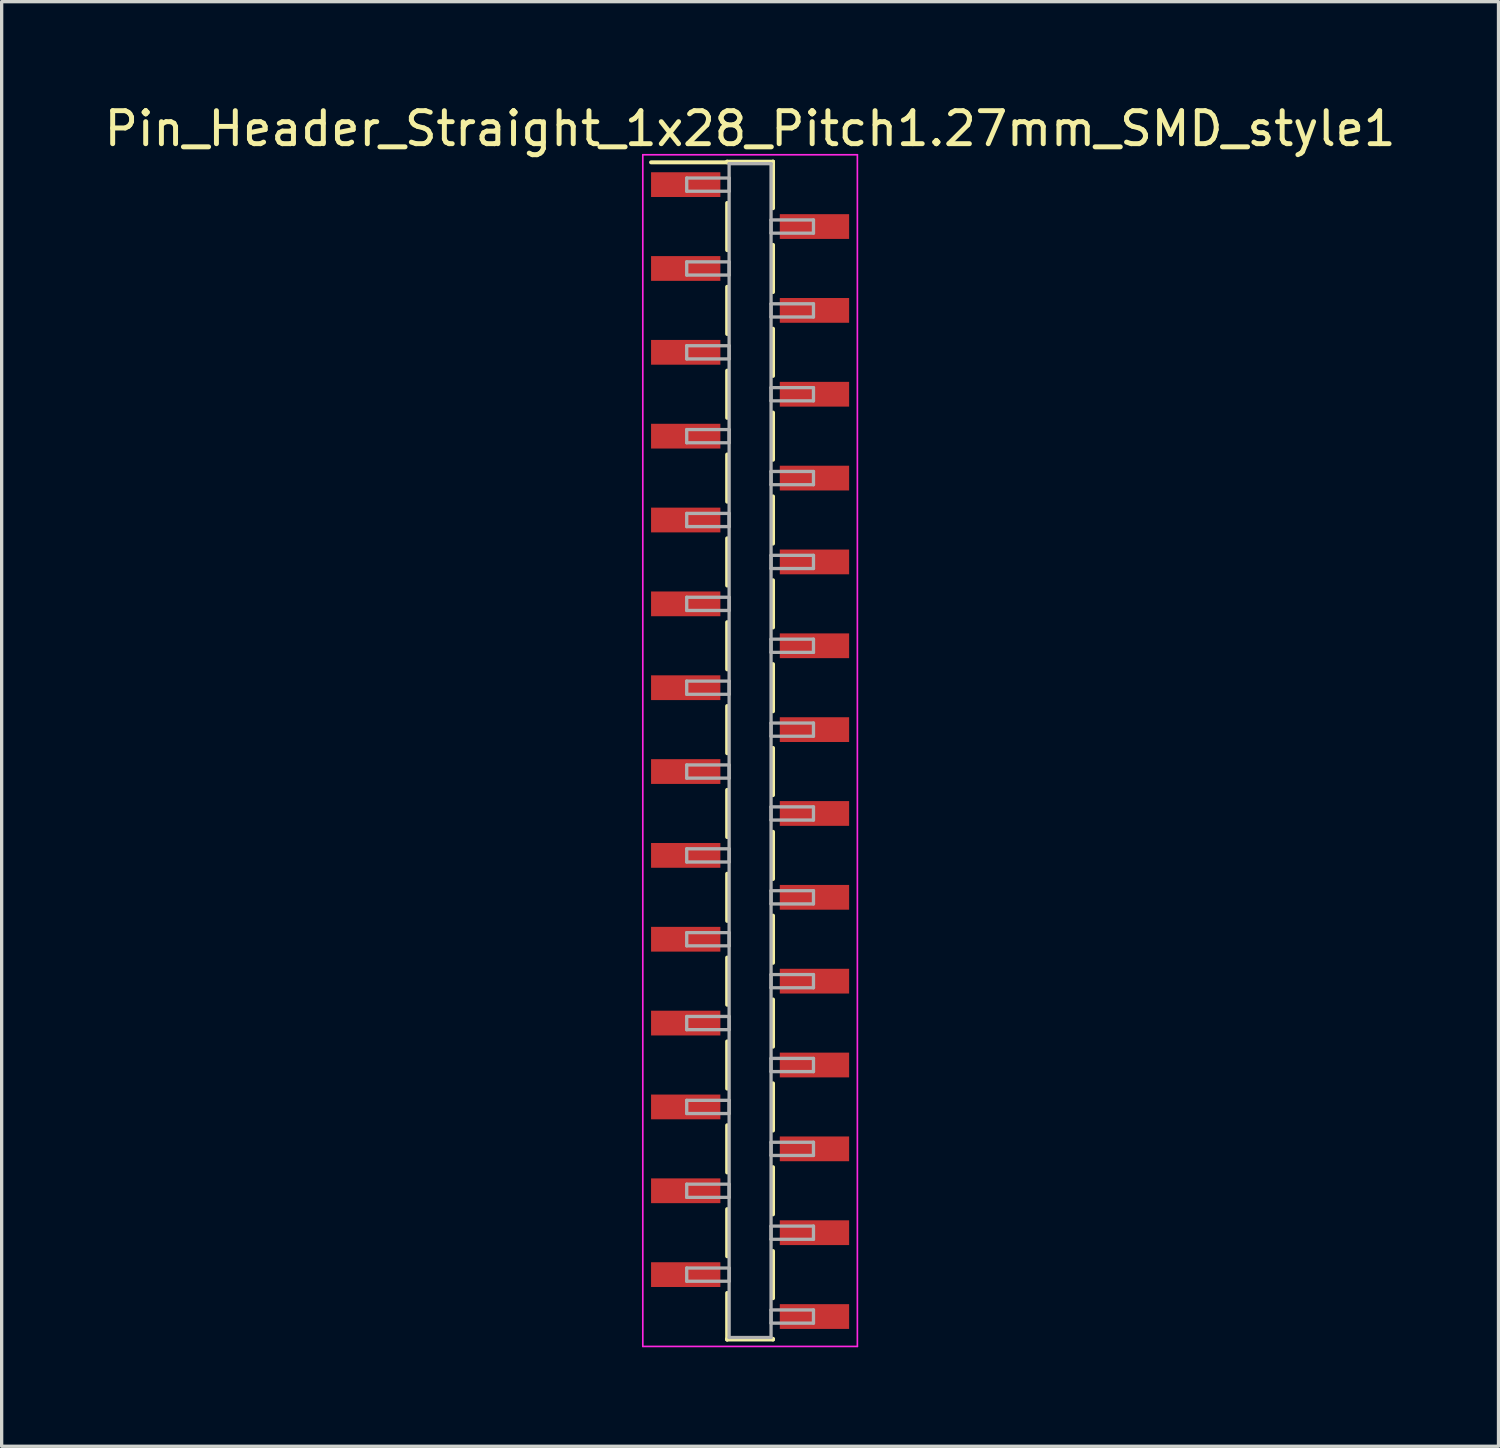
<source format=kicad_pcb>
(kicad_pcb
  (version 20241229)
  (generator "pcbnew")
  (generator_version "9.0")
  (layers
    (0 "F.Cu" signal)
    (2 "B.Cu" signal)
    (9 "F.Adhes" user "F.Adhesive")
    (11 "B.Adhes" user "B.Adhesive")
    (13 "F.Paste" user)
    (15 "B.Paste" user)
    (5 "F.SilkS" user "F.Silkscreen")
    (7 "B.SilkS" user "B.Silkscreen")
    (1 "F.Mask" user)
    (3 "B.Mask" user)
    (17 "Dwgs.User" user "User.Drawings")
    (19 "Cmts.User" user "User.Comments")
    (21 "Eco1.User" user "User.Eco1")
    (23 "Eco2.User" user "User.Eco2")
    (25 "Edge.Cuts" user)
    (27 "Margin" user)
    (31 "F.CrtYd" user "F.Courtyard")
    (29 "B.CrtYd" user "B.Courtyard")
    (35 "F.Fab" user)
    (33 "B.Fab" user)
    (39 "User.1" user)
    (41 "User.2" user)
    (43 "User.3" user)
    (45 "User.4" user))
  (footprint "Pin_Header_Straight_1x28_Pitch1.27mm_SMD_style1"
    (layer "F.Cu")
    (at 19.673 19.688)
    (property "Reference" "Pin_Header_Straight_1x28_Pitch1.27mm_SMD_style1" (at 0 -18.84 0) (layer "F.SilkS") (effects (font (size 1 1) (thickness 0.15))))
    (attr smd)
    (fp_line (start -0.695 -17.84) (end 0.695 -17.84) (stroke (width 0.12) (type solid)) (layer "F.SilkS"))
    (fp_line (start -0.695 -17.82) (end -3 -17.82) (stroke (width 0.12) (type solid)) (layer "F.SilkS"))
    (fp_line (start -0.695 -17.82) (end -0.695 -17.84) (stroke (width 0.12) (type solid)) (layer "F.SilkS"))
    (fp_line (start -0.695 -16.59) (end -0.695 -15.16) (stroke (width 0.12) (type solid)) (layer "F.SilkS"))
    (fp_line (start -0.695 -14.05) (end -0.695 -12.62) (stroke (width 0.12) (type solid)) (layer "F.SilkS"))
    (fp_line (start -0.695 -11.51) (end -0.695 -10.08) (stroke (width 0.12) (type solid)) (layer "F.SilkS"))
    (fp_line (start -0.695 -8.97) (end -0.695 -7.54) (stroke (width 0.12) (type solid)) (layer "F.SilkS"))
    (fp_line (start -0.695 -6.43) (end -0.695 -5) (stroke (width 0.12) (type solid)) (layer "F.SilkS"))
    (fp_line (start -0.695 -3.89) (end -0.695 -2.46) (stroke (width 0.12) (type solid)) (layer "F.SilkS"))
    (fp_line (start -0.695 -1.35) (end -0.695 0.08) (stroke (width 0.12) (type solid)) (layer "F.SilkS"))
    (fp_line (start -0.695 1.19) (end -0.695 2.62) (stroke (width 0.12) (type solid)) (layer "F.SilkS"))
    (fp_line (start -0.695 3.73) (end -0.695 5.16) (stroke (width 0.12) (type solid)) (layer "F.SilkS"))
    (fp_line (start -0.695 6.27) (end -0.695 7.7) (stroke (width 0.12) (type solid)) (layer "F.SilkS"))
    (fp_line (start -0.695 8.81) (end -0.695 10.24) (stroke (width 0.12) (type solid)) (layer "F.SilkS"))
    (fp_line (start -0.695 11.35) (end -0.695 12.78) (stroke (width 0.12) (type solid)) (layer "F.SilkS"))
    (fp_line (start -0.695 13.89) (end -0.695 15.32) (stroke (width 0.12) (type solid)) (layer "F.SilkS"))
    (fp_line (start -0.695 16.43) (end -0.695 17.84) (stroke (width 0.12) (type solid)) (layer "F.SilkS"))
    (fp_line (start -0.695 17.82) (end -0.695 17.84) (stroke (width 0.12) (type solid)) (layer "F.SilkS"))
    (fp_line (start -0.695 17.84) (end 0.695 17.84) (stroke (width 0.12) (type solid)) (layer "F.SilkS"))
    (fp_line (start 0.695 -17.84) (end 0.695 -17.82) (stroke (width 0.12) (type solid)) (layer "F.SilkS"))
    (fp_line (start 0.695 -17.84) (end 0.695 -16.43) (stroke (width 0.12) (type solid)) (layer "F.SilkS"))
    (fp_line (start 0.695 -15.32) (end 0.695 -13.89) (stroke (width 0.12) (type solid)) (layer "F.SilkS"))
    (fp_line (start 0.695 -12.78) (end 0.695 -11.35) (stroke (width 0.12) (type solid)) (layer "F.SilkS"))
    (fp_line (start 0.695 -10.24) (end 0.695 -8.81) (stroke (width 0.12) (type solid)) (layer "F.SilkS"))
    (fp_line (start 0.695 -7.7) (end 0.695 -6.27) (stroke (width 0.12) (type solid)) (layer "F.SilkS"))
    (fp_line (start 0.695 -5.16) (end 0.695 -3.73) (stroke (width 0.12) (type solid)) (layer "F.SilkS"))
    (fp_line (start 0.695 -2.62) (end 0.695 -1.19) (stroke (width 0.12) (type solid)) (layer "F.SilkS"))
    (fp_line (start 0.695 -0.08) (end 0.695 1.35) (stroke (width 0.12) (type solid)) (layer "F.SilkS"))
    (fp_line (start 0.695 2.46) (end 0.695 3.89) (stroke (width 0.12) (type solid)) (layer "F.SilkS"))
    (fp_line (start 0.695 5) (end 0.695 6.43) (stroke (width 0.12) (type solid)) (layer "F.SilkS"))
    (fp_line (start 0.695 7.54) (end 0.695 8.97) (stroke (width 0.12) (type solid)) (layer "F.SilkS"))
    (fp_line (start 0.695 10.08) (end 0.695 11.51) (stroke (width 0.12) (type solid)) (layer "F.SilkS"))
    (fp_line (start 0.695 12.62) (end 0.695 14.05) (stroke (width 0.12) (type solid)) (layer "F.SilkS"))
    (fp_line (start 0.695 15.16) (end 0.695 16.59) (stroke (width 0.12) (type solid)) (layer "F.SilkS"))
    (fp_line (start 0.695 17.84) (end 0.695 17.82) (stroke (width 0.12) (type solid)) (layer "F.SilkS"))
    (fp_line (start -3.25 -18.05) (end -3.25 18.05) (stroke (width 0.05) (type solid)) (layer "F.CrtYd"))
    (fp_line (start -3.25 18.05) (end 3.25 18.05) (stroke (width 0.05) (type solid)) (layer "F.CrtYd"))
    (fp_line (start 3.25 -18.05) (end -3.25 -18.05) (stroke (width 0.05) (type solid)) (layer "F.CrtYd"))
    (fp_line (start 3.25 18.05) (end 3.25 -18.05) (stroke (width 0.05) (type solid)) (layer "F.CrtYd"))
    (fp_line (start -1.92 -17.345) (end -0.635 -17.345) (stroke (width 0.1) (type solid)) (layer "F.Fab"))
    (fp_line (start -1.92 -16.945) (end -1.92 -17.345) (stroke (width 0.1) (type solid)) (layer "F.Fab"))
    (fp_line (start -1.92 -14.805) (end -0.635 -14.805) (stroke (width 0.1) (type solid)) (layer "F.Fab"))
    (fp_line (start -1.92 -14.405) (end -1.92 -14.805) (stroke (width 0.1) (type solid)) (layer "F.Fab"))
    (fp_line (start -1.92 -12.265) (end -0.635 -12.265) (stroke (width 0.1) (type solid)) (layer "F.Fab"))
    (fp_line (start -1.92 -11.865) (end -1.92 -12.265) (stroke (width 0.1) (type solid)) (layer "F.Fab"))
    (fp_line (start -1.92 -9.725) (end -0.635 -9.725) (stroke (width 0.1) (type solid)) (layer "F.Fab"))
    (fp_line (start -1.92 -9.325) (end -1.92 -9.725) (stroke (width 0.1) (type solid)) (layer "F.Fab"))
    (fp_line (start -1.92 -7.185) (end -0.635 -7.185) (stroke (width 0.1) (type solid)) (layer "F.Fab"))
    (fp_line (start -1.92 -6.785) (end -1.92 -7.185) (stroke (width 0.1) (type solid)) (layer "F.Fab"))
    (fp_line (start -1.92 -4.645) (end -0.635 -4.645) (stroke (width 0.1) (type solid)) (layer "F.Fab"))
    (fp_line (start -1.92 -4.245) (end -1.92 -4.645) (stroke (width 0.1) (type solid)) (layer "F.Fab"))
    (fp_line (start -1.92 -2.105) (end -0.635 -2.105) (stroke (width 0.1) (type solid)) (layer "F.Fab"))
    (fp_line (start -1.92 -1.705) (end -1.92 -2.105) (stroke (width 0.1) (type solid)) (layer "F.Fab"))
    (fp_line (start -1.92 0.435) (end -0.635 0.435) (stroke (width 0.1) (type solid)) (layer "F.Fab"))
    (fp_line (start -1.92 0.835) (end -1.92 0.435) (stroke (width 0.1) (type solid)) (layer "F.Fab"))
    (fp_line (start -1.92 2.975) (end -0.635 2.975) (stroke (width 0.1) (type solid)) (layer "F.Fab"))
    (fp_line (start -1.92 3.375) (end -1.92 2.975) (stroke (width 0.1) (type solid)) (layer "F.Fab"))
    (fp_line (start -1.92 5.515) (end -0.635 5.515) (stroke (width 0.1) (type solid)) (layer "F.Fab"))
    (fp_line (start -1.92 5.915) (end -1.92 5.515) (stroke (width 0.1) (type solid)) (layer "F.Fab"))
    (fp_line (start -1.92 8.055) (end -0.635 8.055) (stroke (width 0.1) (type solid)) (layer "F.Fab"))
    (fp_line (start -1.92 8.455) (end -1.92 8.055) (stroke (width 0.1) (type solid)) (layer "F.Fab"))
    (fp_line (start -1.92 10.595) (end -0.635 10.595) (stroke (width 0.1) (type solid)) (layer "F.Fab"))
    (fp_line (start -1.92 10.995) (end -1.92 10.595) (stroke (width 0.1) (type solid)) (layer "F.Fab"))
    (fp_line (start -1.92 13.135) (end -0.635 13.135) (stroke (width 0.1) (type solid)) (layer "F.Fab"))
    (fp_line (start -1.92 13.535) (end -1.92 13.135) (stroke (width 0.1) (type solid)) (layer "F.Fab"))
    (fp_line (start -1.92 15.675) (end -0.635 15.675) (stroke (width 0.1) (type solid)) (layer "F.Fab"))
    (fp_line (start -1.92 16.075) (end -1.92 15.675) (stroke (width 0.1) (type solid)) (layer "F.Fab"))
    (fp_line (start -0.635 -17.78) (end -0.635 17.78) (stroke (width 0.1) (type solid)) (layer "F.Fab"))
    (fp_line (start -0.635 -17.345) (end -0.635 -16.945) (stroke (width 0.1) (type solid)) (layer "F.Fab"))
    (fp_line (start -0.635 -16.945) (end -1.92 -16.945) (stroke (width 0.1) (type solid)) (layer "F.Fab"))
    (fp_line (start -0.635 -14.805) (end -0.635 -14.405) (stroke (width 0.1) (type solid)) (layer "F.Fab"))
    (fp_line (start -0.635 -14.405) (end -1.92 -14.405) (stroke (width 0.1) (type solid)) (layer "F.Fab"))
    (fp_line (start -0.635 -12.265) (end -0.635 -11.865) (stroke (width 0.1) (type solid)) (layer "F.Fab"))
    (fp_line (start -0.635 -11.865) (end -1.92 -11.865) (stroke (width 0.1) (type solid)) (layer "F.Fab"))
    (fp_line (start -0.635 -9.725) (end -0.635 -9.325) (stroke (width 0.1) (type solid)) (layer "F.Fab"))
    (fp_line (start -0.635 -9.325) (end -1.92 -9.325) (stroke (width 0.1) (type solid)) (layer "F.Fab"))
    (fp_line (start -0.635 -7.185) (end -0.635 -6.785) (stroke (width 0.1) (type solid)) (layer "F.Fab"))
    (fp_line (start -0.635 -6.785) (end -1.92 -6.785) (stroke (width 0.1) (type solid)) (layer "F.Fab"))
    (fp_line (start -0.635 -4.645) (end -0.635 -4.245) (stroke (width 0.1) (type solid)) (layer "F.Fab"))
    (fp_line (start -0.635 -4.245) (end -1.92 -4.245) (stroke (width 0.1) (type solid)) (layer "F.Fab"))
    (fp_line (start -0.635 -2.105) (end -0.635 -1.705) (stroke (width 0.1) (type solid)) (layer "F.Fab"))
    (fp_line (start -0.635 -1.705) (end -1.92 -1.705) (stroke (width 0.1) (type solid)) (layer "F.Fab"))
    (fp_line (start -0.635 0.435) (end -0.635 0.835) (stroke (width 0.1) (type solid)) (layer "F.Fab"))
    (fp_line (start -0.635 0.835) (end -1.92 0.835) (stroke (width 0.1) (type solid)) (layer "F.Fab"))
    (fp_line (start -0.635 2.975) (end -0.635 3.375) (stroke (width 0.1) (type solid)) (layer "F.Fab"))
    (fp_line (start -0.635 3.375) (end -1.92 3.375) (stroke (width 0.1) (type solid)) (layer "F.Fab"))
    (fp_line (start -0.635 5.515) (end -0.635 5.915) (stroke (width 0.1) (type solid)) (layer "F.Fab"))
    (fp_line (start -0.635 5.915) (end -1.92 5.915) (stroke (width 0.1) (type solid)) (layer "F.Fab"))
    (fp_line (start -0.635 8.055) (end -0.635 8.455) (stroke (width 0.1) (type solid)) (layer "F.Fab"))
    (fp_line (start -0.635 8.455) (end -1.92 8.455) (stroke (width 0.1) (type solid)) (layer "F.Fab"))
    (fp_line (start -0.635 10.595) (end -0.635 10.995) (stroke (width 0.1) (type solid)) (layer "F.Fab"))
    (fp_line (start -0.635 10.995) (end -1.92 10.995) (stroke (width 0.1) (type solid)) (layer "F.Fab"))
    (fp_line (start -0.635 13.135) (end -0.635 13.535) (stroke (width 0.1) (type solid)) (layer "F.Fab"))
    (fp_line (start -0.635 13.535) (end -1.92 13.535) (stroke (width 0.1) (type solid)) (layer "F.Fab"))
    (fp_line (start -0.635 15.675) (end -0.635 16.075) (stroke (width 0.1) (type solid)) (layer "F.Fab"))
    (fp_line (start -0.635 16.075) (end -1.92 16.075) (stroke (width 0.1) (type solid)) (layer "F.Fab"))
    (fp_line (start -0.635 17.78) (end 0.635 17.78) (stroke (width 0.1) (type solid)) (layer "F.Fab"))
    (fp_line (start 0.635 -17.78) (end -0.635 -17.78) (stroke (width 0.1) (type solid)) (layer "F.Fab"))
    (fp_line (start 0.635 -16.075) (end 0.635 -15.675) (stroke (width 0.1) (type solid)) (layer "F.Fab"))
    (fp_line (start 0.635 -15.675) (end 1.92 -15.675) (stroke (width 0.1) (type solid)) (layer "F.Fab"))
    (fp_line (start 0.635 -13.535) (end 0.635 -13.135) (stroke (width 0.1) (type solid)) (layer "F.Fab"))
    (fp_line (start 0.635 -13.135) (end 1.92 -13.135) (stroke (width 0.1) (type solid)) (layer "F.Fab"))
    (fp_line (start 0.635 -10.995) (end 0.635 -10.595) (stroke (width 0.1) (type solid)) (layer "F.Fab"))
    (fp_line (start 0.635 -10.595) (end 1.92 -10.595) (stroke (width 0.1) (type solid)) (layer "F.Fab"))
    (fp_line (start 0.635 -8.455) (end 0.635 -8.055) (stroke (width 0.1) (type solid)) (layer "F.Fab"))
    (fp_line (start 0.635 -8.055) (end 1.92 -8.055) (stroke (width 0.1) (type solid)) (layer "F.Fab"))
    (fp_line (start 0.635 -5.915) (end 0.635 -5.515) (stroke (width 0.1) (type solid)) (layer "F.Fab"))
    (fp_line (start 0.635 -5.515) (end 1.92 -5.515) (stroke (width 0.1) (type solid)) (layer "F.Fab"))
    (fp_line (start 0.635 -3.375) (end 0.635 -2.975) (stroke (width 0.1) (type solid)) (layer "F.Fab"))
    (fp_line (start 0.635 -2.975) (end 1.92 -2.975) (stroke (width 0.1) (type solid)) (layer "F.Fab"))
    (fp_line (start 0.635 -0.835) (end 0.635 -0.435) (stroke (width 0.1) (type solid)) (layer "F.Fab"))
    (fp_line (start 0.635 -0.435) (end 1.92 -0.435) (stroke (width 0.1) (type solid)) (layer "F.Fab"))
    (fp_line (start 0.635 1.705) (end 0.635 2.105) (stroke (width 0.1) (type solid)) (layer "F.Fab"))
    (fp_line (start 0.635 2.105) (end 1.92 2.105) (stroke (width 0.1) (type solid)) (layer "F.Fab"))
    (fp_line (start 0.635 4.245) (end 0.635 4.645) (stroke (width 0.1) (type solid)) (layer "F.Fab"))
    (fp_line (start 0.635 4.645) (end 1.92 4.645) (stroke (width 0.1) (type solid)) (layer "F.Fab"))
    (fp_line (start 0.635 6.785) (end 0.635 7.185) (stroke (width 0.1) (type solid)) (layer "F.Fab"))
    (fp_line (start 0.635 7.185) (end 1.92 7.185) (stroke (width 0.1) (type solid)) (layer "F.Fab"))
    (fp_line (start 0.635 9.325) (end 0.635 9.725) (stroke (width 0.1) (type solid)) (layer "F.Fab"))
    (fp_line (start 0.635 9.725) (end 1.92 9.725) (stroke (width 0.1) (type solid)) (layer "F.Fab"))
    (fp_line (start 0.635 11.865) (end 0.635 12.265) (stroke (width 0.1) (type solid)) (layer "F.Fab"))
    (fp_line (start 0.635 12.265) (end 1.92 12.265) (stroke (width 0.1) (type solid)) (layer "F.Fab"))
    (fp_line (start 0.635 14.405) (end 0.635 14.805) (stroke (width 0.1) (type solid)) (layer "F.Fab"))
    (fp_line (start 0.635 14.805) (end 1.92 14.805) (stroke (width 0.1) (type solid)) (layer "F.Fab"))
    (fp_line (start 0.635 16.945) (end 0.635 17.345) (stroke (width 0.1) (type solid)) (layer "F.Fab"))
    (fp_line (start 0.635 17.345) (end 1.92 17.345) (stroke (width 0.1) (type solid)) (layer "F.Fab"))
    (fp_line (start 0.635 17.78) (end 0.635 -17.78) (stroke (width 0.1) (type solid)) (layer "F.Fab"))
    (fp_line (start 1.92 -16.075) (end 0.635 -16.075) (stroke (width 0.1) (type solid)) (layer "F.Fab"))
    (fp_line (start 1.92 -15.675) (end 1.92 -16.075) (stroke (width 0.1) (type solid)) (layer "F.Fab"))
    (fp_line (start 1.92 -13.535) (end 0.635 -13.535) (stroke (width 0.1) (type solid)) (layer "F.Fab"))
    (fp_line (start 1.92 -13.135) (end 1.92 -13.535) (stroke (width 0.1) (type solid)) (layer "F.Fab"))
    (fp_line (start 1.92 -10.995) (end 0.635 -10.995) (stroke (width 0.1) (type solid)) (layer "F.Fab"))
    (fp_line (start 1.92 -10.595) (end 1.92 -10.995) (stroke (width 0.1) (type solid)) (layer "F.Fab"))
    (fp_line (start 1.92 -8.455) (end 0.635 -8.455) (stroke (width 0.1) (type solid)) (layer "F.Fab"))
    (fp_line (start 1.92 -8.055) (end 1.92 -8.455) (stroke (width 0.1) (type solid)) (layer "F.Fab"))
    (fp_line (start 1.92 -5.915) (end 0.635 -5.915) (stroke (width 0.1) (type solid)) (layer "F.Fab"))
    (fp_line (start 1.92 -5.515) (end 1.92 -5.915) (stroke (width 0.1) (type solid)) (layer "F.Fab"))
    (fp_line (start 1.92 -3.375) (end 0.635 -3.375) (stroke (width 0.1) (type solid)) (layer "F.Fab"))
    (fp_line (start 1.92 -2.975) (end 1.92 -3.375) (stroke (width 0.1) (type solid)) (layer "F.Fab"))
    (fp_line (start 1.92 -0.835) (end 0.635 -0.835) (stroke (width 0.1) (type solid)) (layer "F.Fab"))
    (fp_line (start 1.92 -0.435) (end 1.92 -0.835) (stroke (width 0.1) (type solid)) (layer "F.Fab"))
    (fp_line (start 1.92 1.705) (end 0.635 1.705) (stroke (width 0.1) (type solid)) (layer "F.Fab"))
    (fp_line (start 1.92 2.105) (end 1.92 1.705) (stroke (width 0.1) (type solid)) (layer "F.Fab"))
    (fp_line (start 1.92 4.245) (end 0.635 4.245) (stroke (width 0.1) (type solid)) (layer "F.Fab"))
    (fp_line (start 1.92 4.645) (end 1.92 4.245) (stroke (width 0.1) (type solid)) (layer "F.Fab"))
    (fp_line (start 1.92 6.785) (end 0.635 6.785) (stroke (width 0.1) (type solid)) (layer "F.Fab"))
    (fp_line (start 1.92 7.185) (end 1.92 6.785) (stroke (width 0.1) (type solid)) (layer "F.Fab"))
    (fp_line (start 1.92 9.325) (end 0.635 9.325) (stroke (width 0.1) (type solid)) (layer "F.Fab"))
    (fp_line (start 1.92 9.725) (end 1.92 9.325) (stroke (width 0.1) (type solid)) (layer "F.Fab"))
    (fp_line (start 1.92 11.865) (end 0.635 11.865) (stroke (width 0.1) (type solid)) (layer "F.Fab"))
    (fp_line (start 1.92 12.265) (end 1.92 11.865) (stroke (width 0.1) (type solid)) (layer "F.Fab"))
    (fp_line (start 1.92 14.405) (end 0.635 14.405) (stroke (width 0.1) (type solid)) (layer "F.Fab"))
    (fp_line (start 1.92 14.805) (end 1.92 14.405) (stroke (width 0.1) (type solid)) (layer "F.Fab"))
    (fp_line (start 1.92 16.945) (end 0.635 16.945) (stroke (width 0.1) (type solid)) (layer "F.Fab"))
    (fp_line (start 1.92 17.345) (end 1.92 16.945) (stroke (width 0.1) (type solid)) (layer "F.Fab"))
    (pad "1" smd rect (at -1.95 -17.145) (size 2.1 0.75) (layers "F.Cu" "F.Mask"))
    (pad "2" smd rect (at 1.95 -15.875) (size 2.1 0.75) (layers "F.Cu" "F.Mask"))
    (pad "3" smd rect (at -1.95 -14.605) (size 2.1 0.75) (layers "F.Cu" "F.Mask"))
    (pad "4" smd rect (at 1.95 -13.335) (size 2.1 0.75) (layers "F.Cu" "F.Mask"))
    (pad "5" smd rect (at -1.95 -12.065) (size 2.1 0.75) (layers "F.Cu" "F.Mask"))
    (pad "6" smd rect (at 1.95 -10.795) (size 2.1 0.75) (layers "F.Cu" "F.Mask"))
    (pad "7" smd rect (at -1.95 -9.525) (size 2.1 0.75) (layers "F.Cu" "F.Mask"))
    (pad "8" smd rect (at 1.95 -8.255) (size 2.1 0.75) (layers "F.Cu" "F.Mask"))
    (pad "9" smd rect (at -1.95 -6.985) (size 2.1 0.75) (layers "F.Cu" "F.Mask"))
    (pad "10" smd rect (at 1.95 -5.715) (size 2.1 0.75) (layers "F.Cu" "F.Mask"))
    (pad "11" smd rect (at -1.95 -4.445) (size 2.1 0.75) (layers "F.Cu" "F.Mask"))
    (pad "12" smd rect (at 1.95 -3.175) (size 2.1 0.75) (layers "F.Cu" "F.Mask"))
    (pad "13" smd rect (at -1.95 -1.905) (size 2.1 0.75) (layers "F.Cu" "F.Mask"))
    (pad "14" smd rect (at 1.95 -0.635) (size 2.1 0.75) (layers "F.Cu" "F.Mask"))
    (pad "15" smd rect (at -1.95 0.635) (size 2.1 0.75) (layers "F.Cu" "F.Mask"))
    (pad "16" smd rect (at 1.95 1.905) (size 2.1 0.75) (layers "F.Cu" "F.Mask"))
    (pad "17" smd rect (at -1.95 3.175) (size 2.1 0.75) (layers "F.Cu" "F.Mask"))
    (pad "18" smd rect (at 1.95 4.445) (size 2.1 0.75) (layers "F.Cu" "F.Mask"))
    (pad "19" smd rect (at -1.95 5.715) (size 2.1 0.75) (layers "F.Cu" "F.Mask"))
    (pad "20" smd rect (at 1.95 6.985) (size 2.1 0.75) (layers "F.Cu" "F.Mask"))
    (pad "21" smd rect (at -1.95 8.255) (size 2.1 0.75) (layers "F.Cu" "F.Mask"))
    (pad "22" smd rect (at 1.95 9.525) (size 2.1 0.75) (layers "F.Cu" "F.Mask"))
    (pad "23" smd rect (at -1.95 10.795) (size 2.1 0.75) (layers "F.Cu" "F.Mask"))
    (pad "24" smd rect (at 1.95 12.065) (size 2.1 0.75) (layers "F.Cu" "F.Mask"))
    (pad "25" smd rect (at -1.95 13.335) (size 2.1 0.75) (layers "F.Cu" "F.Mask"))
    (pad "26" smd rect (at 1.95 14.605) (size 2.1 0.75) (layers "F.Cu" "F.Mask"))
    (pad "27" smd rect (at -1.95 15.875) (size 2.1 0.75) (layers "F.Cu" "F.Mask"))
    (pad "28" smd rect (at 1.95 17.145) (size 2.1 0.75) (layers "F.Cu" "F.Mask")))
  (gr_rect
    (start -3 -3)
    (end 42.345 40.763)
    (stroke (width 0.1) (type default))
    (fill no)
    (layer "Edge.Cuts")))
</source>
